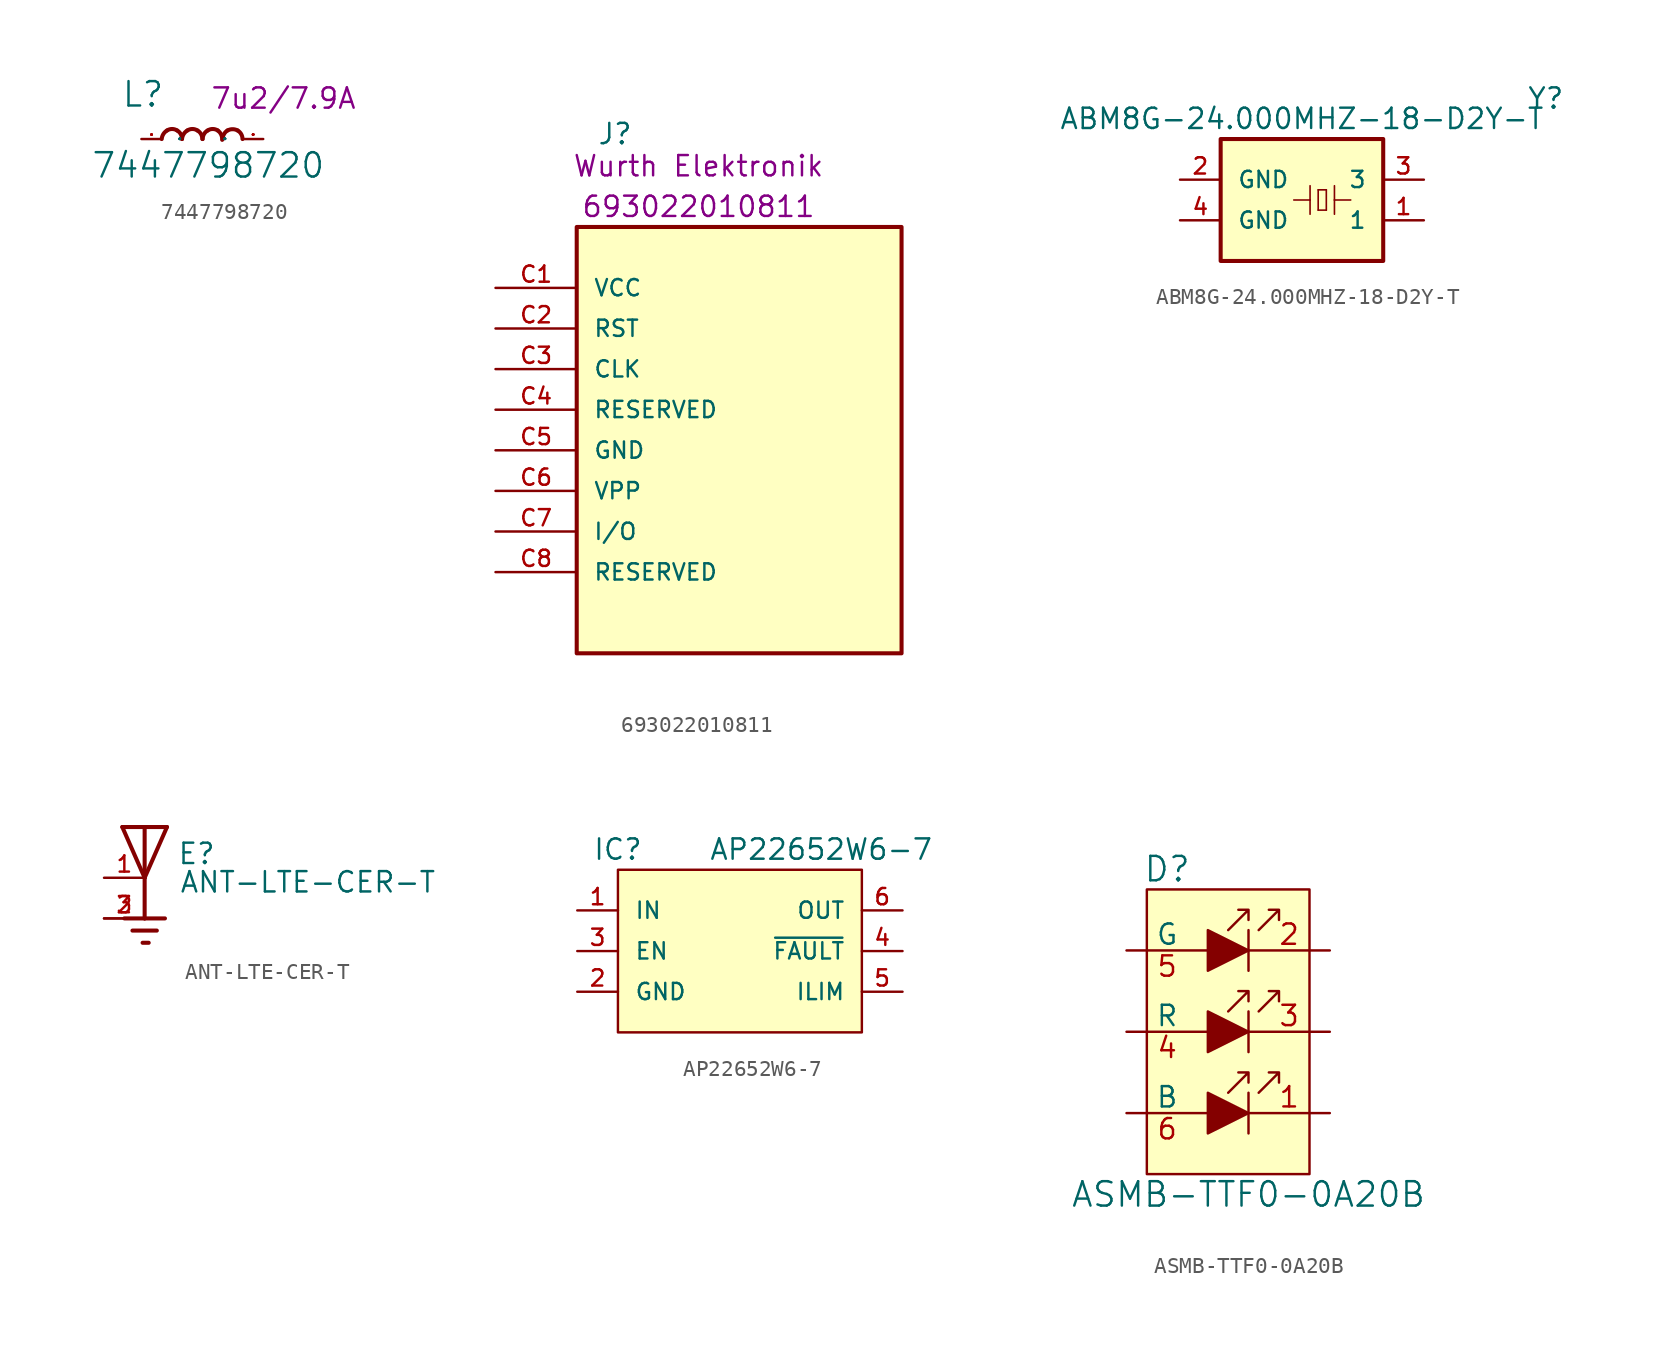
<source format=kicad_sym>
(kicad_symbol_lib
  (version 20211014)
  (generator kicad_symbol_editor)
  (symbol "7447798720"
    (pin_names
      (offset 1.016))
    (property "Reference" "L"
      (at -5.08 1.905 0)
      (effects (font (size 1.524 1.524)) (justify left bottom)))
    (property "Value" "7447798720"
      (at -6.985 -2.54 0)
      (effects (font (size 1.524 1.524)) (justify left bottom)))
    (property "Val" "7u2/7.9A"
      (at 5.08 2.54 0)
      (effects (font (size 1.27 1.27))))
    (symbol "7447798720_0_1"
      (pin passive line (at -3.81 0 0) (length 1.27) (name "P" (effects (font (size 0.025 0.025)))) (number "1" (effects (font (size 0.025 0.025)))))
      (pin passive line (at 3.81 0 180) (length 1.27) (name "P" (effects (font (size 0.025 0.025)))) (number "2" (effects (font (size 0.025 0.025))))))
    (symbol "7447798720_1_1"
      (arc (start -2.2098 0.5334) (mid -2.4364 0.3084) (end -2.54 0) (stroke (width 0.254) (type default) (color 0 0 0 0)) (fill (type none)))
      (arc (start -1.5748 0.5334) (mid -1.894 0.6272) (end -2.2098 0.5334) (stroke (width 0.254) (type default) (color 0 0 0 0)) (fill (type none)))
      (arc (start -1.27 0) (mid -1.3503 0.309) (end -1.5748 0.5334) (stroke (width 0.254) (type default) (color 0 0 0 0)) (fill (type none)))
      (arc (start -0.9398 0.5334) (mid -1.1664 0.3084) (end -1.27 0) (stroke (width 0.254) (type default) (color 0 0 0 0)) (fill (type none)))
      (arc (start -0.3048 0.5334) (mid -0.624 0.6272) (end -0.9398 0.5334) (stroke (width 0.254) (type default) (color 0 0 0 0)) (fill (type none)))
      (arc (start 0 0) (mid -0.0803 0.309) (end -0.3048 0.5334) (stroke (width 0.254) (type default) (color 0 0 0 0)) (fill (type none)))
      (arc (start 0.3302 0.5334) (mid 0.1036 0.3084) (end 0.0254 0) (stroke (width 0.254) (type default) (color 0 0 0 0)) (fill (type none)))
      (arc (start 0.9652 0.5334) (mid 0.646 0.6272) (end 0.3302 0.5334) (stroke (width 0.254) (type default) (color 0 0 0 0)) (fill (type none)))
      (arc (start 1.2446 -0.0508) (mid 1.1813 0.2752) (end 0.9652 0.5334) (stroke (width 0.254) (type default) (color 0 0 0 0)) (fill (type none)))
      (arc (start 1.5748 0.5334) (mid 1.357 0.3053) (end 1.27 0) (stroke (width 0.254) (type default) (color 0 0 0 0)) (fill (type none)))
      (arc (start 2.2098 0.5334) (mid 1.8942 0.6142) (end 1.5748 0.5334) (stroke (width 0.254) (type default) (color 0 0 0 0)) (fill (type none)))
      (arc (start 2.5146 0) (mid 2.4322 0.306) (end 2.2098 0.5334) (stroke (width 0.254) (type default) (color 0 0 0 0)) (fill (type none)))))
  (symbol "693022010811"
    (pin_names
      (offset 1.016))
    (property "Reference" "J"
      (at -6.35 16.51 0)
      (effects (font (size 1.27 1.27)) (justify left bottom)))
    (property "MPN" "693022010811"
      (at 0 12.7 0)
      (effects (font (size 1.27 1.27))))
    (property "Manufacturer" "Wurth Elektronik"
      (at 0 15.24 0)
      (effects (font (size 1.27 1.27))))
    (symbol "693022010811_0_0"
      (rectangle (start -7.62 11.43) (end 12.7 -15.24) (stroke (width 0.254) (type default) (color 0 0 0 0)) (fill (type background)))
      (pin bidirectional line (at -12.7 7.62 0) (length 5.08) (name "VCC" (effects (font (size 1.016 1.016)))) (number "C1" (effects (font (size 1.016 1.016)))))
      (pin bidirectional line (at -12.7 5.08 0) (length 5.08) (name "RST" (effects (font (size 1.016 1.016)))) (number "C2" (effects (font (size 1.016 1.016)))))
      (pin bidirectional line (at -12.7 2.54 0) (length 5.08) (name "CLK" (effects (font (size 1.016 1.016)))) (number "C3" (effects (font (size 1.016 1.016)))))
      (pin bidirectional line (at -12.7 0 0) (length 5.08) (name "RESERVED" (effects (font (size 1.016 1.016)))) (number "C4" (effects (font (size 1.016 1.016)))))
      (pin power_in line (at -12.7 -2.54 0) (length 5.08) (name "GND" (effects (font (size 1.016 1.016)))) (number "C5" (effects (font (size 1.016 1.016)))))
      (pin bidirectional line (at -12.7 -5.08 0) (length 5.08) (name "VPP" (effects (font (size 1.016 1.016)))) (number "C6" (effects (font (size 1.016 1.016)))))
      (pin bidirectional line (at -12.7 -7.62 0) (length 5.08) (name "I/O" (effects (font (size 1.016 1.016)))) (number "C7" (effects (font (size 1.016 1.016)))))
      (pin bidirectional line (at -12.7 -10.16 0) (length 5.08) (name "RESERVED" (effects (font (size 1.016 1.016)))) (number "C8" (effects (font (size 1.016 1.016)))))
      (pin passive line (at -12.7 -2.54 0) (length 5.08) hide (name "GND" (effects (font (size 1.016 1.016)))) (number "Z1" (effects (font (size 1.016 1.016)))))
      (pin passive line (at -12.7 -2.54 0) (length 5.08) hide (name "GND" (effects (font (size 1.016 1.016)))) (number "Z2" (effects (font (size 1.016 1.016)))))))
  (symbol "ABM8G-24.000MHZ-18-D2Y-T"
    (pin_names
      (offset 1.016))
    (property "Reference" "Y"
      (at 15.24 6.35 0)
      (effects (font (size 1.27 1.27))))
    (property "Value" "ABM8G-24.000MHZ-18-D2Y-T"
      (at 0 5.08 0)
      (effects (font (size 1.27 1.27))))
    (symbol "ABM8G-24.000MHZ-18-D2Y-T_1_1"
      (rectangle (start -5.08 -3.81) (end 5.08 3.81) (stroke (width 0.254) (type default) (color 0 0 0 0)) (fill (type background)))
      (polyline (pts (xy -0.508 0) (xy 0.508 0)) (stroke (width 0.102) (type default) (color 0 0 0 0)) (fill (type none)))
      (polyline (pts (xy 0.508 0) (xy 0.508 -0.889)) (stroke (width 0.102) (type default) (color 0 0 0 0)) (fill (type none)))
      (polyline (pts (xy 0.508 0) (xy 0.508 0.889)) (stroke (width 0.102) (type default) (color 0 0 0 0)) (fill (type none)))
      (polyline (pts (xy 1.016 -0.635) (xy 1.016 0.635)) (stroke (width 0.102) (type default) (color 0 0 0 0)) (fill (type none)))
      (polyline (pts (xy 1.016 0.635) (xy 1.524 0.635)) (stroke (width 0.102) (type default) (color 0 0 0 0)) (fill (type none)))
      (polyline (pts (xy 1.524 -0.635) (xy 1.016 -0.635)) (stroke (width 0.102) (type default) (color 0 0 0 0)) (fill (type none)))
      (polyline (pts (xy 1.524 0.635) (xy 1.524 -0.635)) (stroke (width 0.102) (type default) (color 0 0 0 0)) (fill (type none)))
      (polyline (pts (xy 2.032 0) (xy 2.032 -0.889)) (stroke (width 0.102) (type default) (color 0 0 0 0)) (fill (type none)))
      (polyline (pts (xy 2.032 0) (xy 2.032 0.889)) (stroke (width 0.102) (type default) (color 0 0 0 0)) (fill (type none)))
      (polyline (pts (xy 3.048 0) (xy 2.032 0)) (stroke (width 0.102) (type default) (color 0 0 0 0)) (fill (type none)))
      (pin passive line (at 7.62 -1.27 180) (length 2.54) (name "1" (effects (font (size 1.016 1.016)))) (number "1" (effects (font (size 1.016 1.016)))))
      (pin power_in line (at -7.62 1.27 0) (length 2.54) (name "GND" (effects (font (size 1.016 1.016)))) (number "2" (effects (font (size 1.016 1.016)))))
      (pin passive line (at 7.62 1.27 180) (length 2.54) (name "3" (effects (font (size 1.016 1.016)))) (number "3" (effects (font (size 1.016 1.016)))))
      (pin power_in line (at -7.62 -1.27 0) (length 2.54) (name "GND" (effects (font (size 1.016 1.016)))) (number "4" (effects (font (size 1.016 1.016)))))))
  (symbol "ANT-LTE-CER-T"
    (pin_names
      (offset 1.016) hide)
    (property "Reference" "E"
      (at 2.032 0.762 0)
      (effects (font (size 1.27 1.27)) (justify left bottom)))
    (property "Value" "ANT-LTE-CER-T"
      (at 2.159 -1.016 0)
      (effects (font (size 1.27 1.27)) (justify left bottom)))
    (symbol "ANT-LTE-CER-T_0_0"
      (polyline (pts (xy -1.397 3.175) (xy 0 3.175)) (stroke (width 0.254) (type default) (color 0 0 0 0)) (fill (type none)))
      (polyline (pts (xy -0.762 -3.302) (xy 0.762 -3.302)) (stroke (width 0.254) (type default) (color 0 0 0 0)) (fill (type none)))
      (polyline (pts (xy -0.127 -4.064) (xy 0.254 -4.064)) (stroke (width 0.254) (type default) (color 0 0 0 0)) (fill (type none)))
      (polyline (pts (xy 0 -2.54) (xy -1.27 -2.54)) (stroke (width 0.254) (type default) (color 0 0 0 0)) (fill (type none)))
      (polyline (pts (xy 0 -2.54) (xy 1.27 -2.54)) (stroke (width 0.254) (type default) (color 0 0 0 0)) (fill (type none)))
      (polyline (pts (xy 0 0) (xy -1.397 3.175)) (stroke (width 0.254) (type default) (color 0 0 0 0)) (fill (type none)))
      (polyline (pts (xy 0 0) (xy 0 -2.54)) (stroke (width 0.254) (type default) (color 0 0 0 0)) (fill (type none)))
      (polyline (pts (xy 0 3.175) (xy 0 0)) (stroke (width 0.254) (type default) (color 0 0 0 0)) (fill (type none)))
      (polyline (pts (xy 0 3.175) (xy 1.397 3.175)) (stroke (width 0.254) (type default) (color 0 0 0 0)) (fill (type none)))
      (polyline (pts (xy 1.397 3.175) (xy 0 0)) (stroke (width 0.254) (type default) (color 0 0 0 0)) (fill (type none)))
      (pin passive line (at -2.54 0 0) (length 2.54) (name "~" (effects (font (size 1.016 1.016)))) (number "1" (effects (font (size 1.016 1.016)))))
      (pin power_in line (at -2.54 -2.54 0) (length 2.54) (name "~" (effects (font (size 1.016 1.016)))) (number "2" (effects (font (size 1.016 1.016)))))
      (pin power_in line (at -2.54 -2.54 0) (length 2.54) (name "~" (effects (font (size 1.016 1.016)))) (number "3" (effects (font (size 1.016 1.016)))))))
  (symbol "AP22652W6-7"
    (pin_names
      (offset 1.016))
    (property "Reference" "IC"
      (at -7.62 6.35 0)
      (effects (font (size 1.27 1.27))))
    (property "Value" "AP22652W6-7"
      (at 5.08 6.35 0)
      (effects (font (size 1.27 1.27))))
    (symbol "AP22652W6-7_1_1"
      (rectangle (start -7.62 5.08) (end 7.62 -5.08) (stroke (width 0.152) (type default) (color 0 0 0 0)) (fill (type background)))
      (pin bidirectional line (at -10.16 2.54 0) (length 2.54) (name "IN" (effects (font (size 1.016 1.016)))) (number "1" (effects (font (size 1.016 1.016)))))
      (pin bidirectional line (at -10.16 -2.54 0) (length 2.54) (name "GND" (effects (font (size 1.016 1.016)))) (number "2" (effects (font (size 1.016 1.016)))))
      (pin bidirectional line (at -10.16 0 0) (length 2.54) (name "EN" (effects (font (size 1.016 1.016)))) (number "3" (effects (font (size 1.016 1.016)))))
      (pin bidirectional line (at 10.16 0 180) (length 2.54) (name "~{FAULT}" (effects (font (size 1.016 1.016)))) (number "4" (effects (font (size 1.016 1.016)))))
      (pin bidirectional line (at 10.16 -2.54 180) (length 2.54) (name "ILIM" (effects (font (size 1.016 1.016)))) (number "5" (effects (font (size 1.016 1.016)))))
      (pin bidirectional line (at 10.16 2.54 180) (length 2.54) (name "OUT" (effects (font (size 1.016 1.016)))) (number "6" (effects (font (size 1.016 1.016)))))))
  (symbol "ASMB-TTF0-0A20B"
    (pin_names
      (offset 0))
    (property "Reference" "D"
      (at -3.81 10.16 0)
      (effects (font (size 1.524 1.524))))
    (property "Value" "ASMB-TTF0-0A20B"
      (at 1.27 -10.16 0)
      (effects (font (size 1.524 1.524))))
    (symbol "ASMB-TTF0-0A20B_0_1"
      (rectangle (start -5.08 8.89) (end 5.08 -8.89) (stroke (width 0) (type default) (color 0 0 0 0)) (fill (type background)))
      (polyline (pts (xy 1.27 -3.81) (xy 1.27 -6.35)) (stroke (width 0) (type default) (color 0 0 0 0)) (fill (type none)))
      (polyline (pts (xy 1.27 1.27) (xy 1.27 -1.27)) (stroke (width 0) (type default) (color 0 0 0 0)) (fill (type none)))
      (polyline (pts (xy 1.27 6.35) (xy 1.27 3.81)) (stroke (width 0) (type default) (color 0 0 0 0)) (fill (type none)))
      (polyline (pts (xy -1.27 -3.81) (xy -1.27 -6.35) (xy 1.27 -5.08) (xy -1.27 -3.81)) (stroke (width 0) (type default) (color 0 0 0 0)) (fill (type outline)))
      (polyline (pts (xy -1.27 1.27) (xy -1.27 -1.27) (xy 1.27 0) (xy -1.27 1.27)) (stroke (width 0) (type default) (color 0 0 0 0)) (fill (type outline)))
      (polyline (pts (xy -1.27 6.35) (xy -1.27 3.81) (xy 1.27 5.08) (xy -1.27 6.35)) (stroke (width 0) (type default) (color 0 0 0 0)) (fill (type outline))))
    (symbol "ASMB-TTF0-0A20B_1_1"
      (polyline (pts (xy 1.905 -3.81) (xy 3.175 -2.54) (xy 2.54 -2.54) (xy 3.175 -2.54) (xy 3.175 -3.175)) (stroke (width 0) (type default) (color 0 0 0 0)) (fill (type none)))
      (polyline (pts (xy 1.905 1.27) (xy 3.175 2.54) (xy 2.54 2.54) (xy 3.175 2.54) (xy 3.175 1.905)) (stroke (width 0) (type default) (color 0 0 0 0)) (fill (type none)))
      (polyline (pts (xy 1.905 6.35) (xy 3.175 7.62) (xy 2.54 7.62) (xy 3.175 7.62) (xy 3.175 6.985)) (stroke (width 0) (type default) (color 0 0 0 0)) (fill (type none)))
      (polyline (pts (xy 1.27 -2.54) (xy 1.27 -3.175) (xy 1.27 -2.54) (xy 0.635 -2.54) (xy 1.27 -2.54) (xy 0 -3.81)) (stroke (width 0) (type default) (color 0 0 0 0)) (fill (type none)))
      (polyline (pts (xy 1.27 2.54) (xy 1.27 1.905) (xy 1.27 2.54) (xy 0.635 2.54) (xy 1.27 2.54) (xy 0 1.27)) (stroke (width 0) (type default) (color 0 0 0 0)) (fill (type none)))
      (polyline (pts (xy 1.27 7.62) (xy 1.27 6.985) (xy 1.27 7.62) (xy 0.635 7.62) (xy 1.27 7.62) (xy 0 6.35)) (stroke (width 0) (type default) (color 0 0 0 0)) (fill (type none)))
      (pin passive line (at 6.35 -5.08 180) (length 5.08) (name "~" (effects (font (size 1.27 1.27)))) (number "1" (effects (font (size 1.27 1.27)))))
      (pin passive line (at 6.35 5.08 180) (length 5.08) (name "~" (effects (font (size 1.27 1.27)))) (number "2" (effects (font (size 1.27 1.27)))))
      (pin passive line (at 6.35 0 180) (length 5.08) (name "~" (effects (font (size 1.27 1.27)))) (number "3" (effects (font (size 1.27 1.27)))))
      (pin passive line (at -6.35 0 0) (length 5.08) (name "R" (effects (font (size 1.27 1.27)))) (number "4" (effects (font (size 1.27 1.27)))))
      (pin passive line (at -6.35 5.08 0) (length 5.08) (name "G" (effects (font (size 1.27 1.27)))) (number "5" (effects (font (size 1.27 1.27)))))
      (pin passive line (at -6.35 -5.08 0) (length 5.08) (name "B" (effects (font (size 1.27 1.27)))) (number "6" (effects (font (size 1.27 1.27))))))))
</source>
